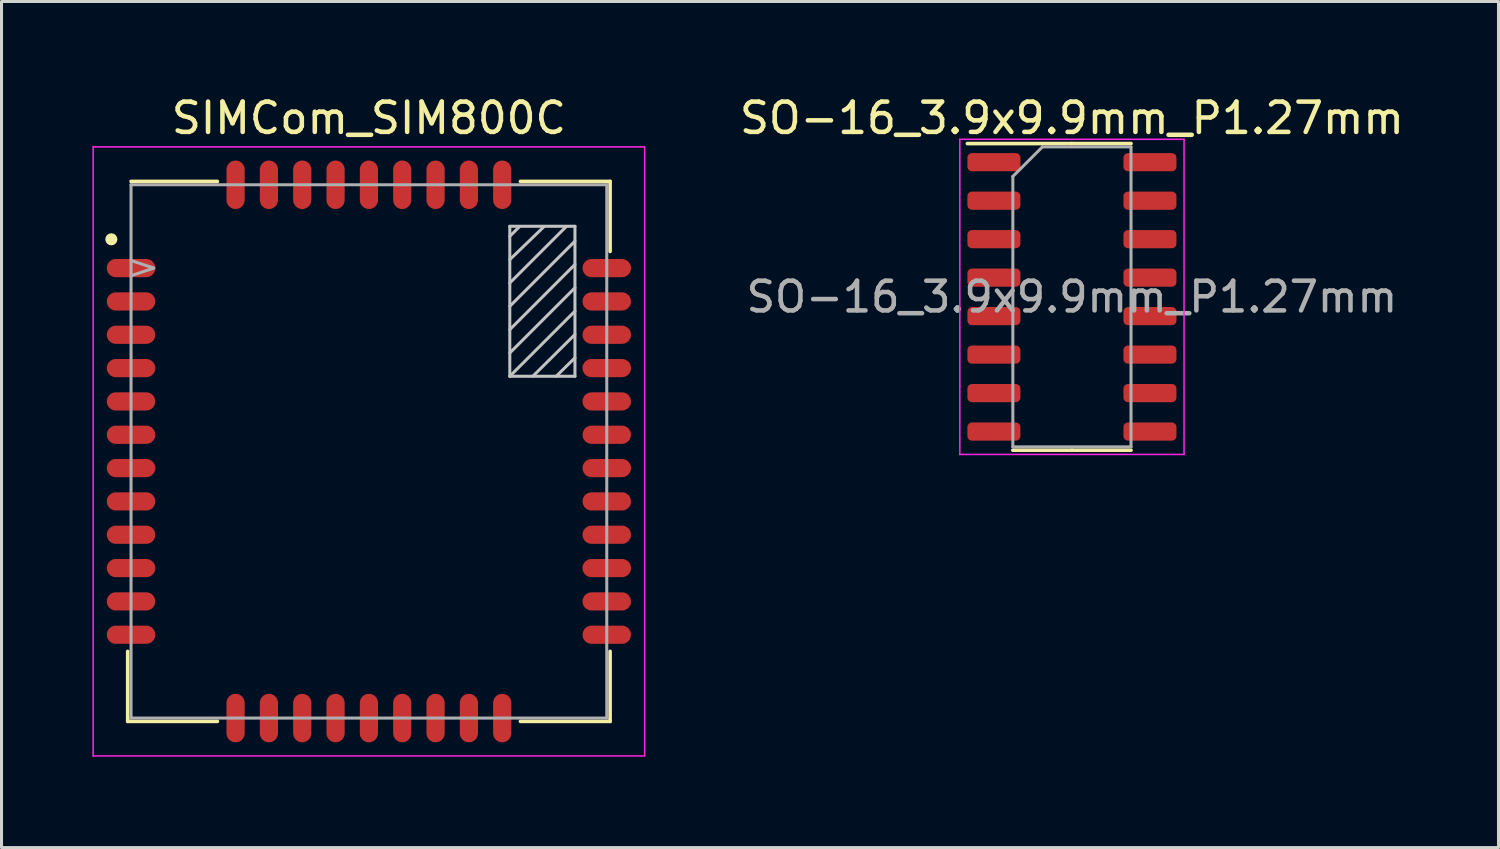
<source format=kicad_pcb>
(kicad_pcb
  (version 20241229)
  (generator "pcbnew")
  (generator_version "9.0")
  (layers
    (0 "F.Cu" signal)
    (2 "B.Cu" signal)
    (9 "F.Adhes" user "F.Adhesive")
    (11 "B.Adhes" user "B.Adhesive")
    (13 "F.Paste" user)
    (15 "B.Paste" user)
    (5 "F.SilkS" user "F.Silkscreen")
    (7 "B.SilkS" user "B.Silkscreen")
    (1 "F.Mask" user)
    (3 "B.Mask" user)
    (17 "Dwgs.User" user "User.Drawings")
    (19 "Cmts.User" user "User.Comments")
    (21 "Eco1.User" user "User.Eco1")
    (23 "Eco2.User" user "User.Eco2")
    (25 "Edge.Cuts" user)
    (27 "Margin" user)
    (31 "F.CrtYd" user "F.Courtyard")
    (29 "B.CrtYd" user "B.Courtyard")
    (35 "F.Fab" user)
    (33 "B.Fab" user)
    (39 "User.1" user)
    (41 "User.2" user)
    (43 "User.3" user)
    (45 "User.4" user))
  (footprint "SIMCom_SIM800C"
    (layer "F.Cu")
    (at 9.125 11.848)
    (property "Reference" "SIMCom_SIM800C" (at 0 -11 0) (layer "F.SilkS") (effects (font (size 1 1) (thickness 0.15))))
    (attr smd)
    (fp_line (start -7.96 8.91) (end -7.96 6.6) (stroke (width 0.12) (type solid)) (layer "F.SilkS"))
    (fp_line (start -7.96 8.91) (end -5 8.91) (stroke (width 0.12) (type solid)) (layer "F.SilkS"))
    (fp_line (start -7.85 -8.91) (end -5 -8.91) (stroke (width 0.12) (type solid)) (layer "F.SilkS"))
    (fp_line (start 7.96 -8.91) (end 5 -8.91) (stroke (width 0.12) (type solid)) (layer "F.SilkS"))
    (fp_line (start 7.96 -8.91) (end 7.96 -6.6) (stroke (width 0.12) (type solid)) (layer "F.SilkS"))
    (fp_line (start 7.96 8.91) (end 5 8.91) (stroke (width 0.12) (type solid)) (layer "F.SilkS"))
    (fp_line (start 7.96 8.91) (end 7.96 6.6) (stroke (width 0.12) (type solid)) (layer "F.SilkS"))
    (fp_circle (center -8.5 -7) (end -8.4 -7) (stroke (width 0.2) (type solid)) (fill no) (layer "F.SilkS"))
    (fp_line (start 4.65 -7.43) (end 4.65 -2.48) (stroke (width 0.1) (type solid)) (layer "Dwgs.User"))
    (fp_line (start 4.65 -7.43) (end 6.8 -7.43) (stroke (width 0.1) (type solid)) (layer "Dwgs.User"))
    (fp_line (start 4.65 -7.1) (end 4.97 -7.42) (stroke (width 0.1) (type solid)) (layer "Dwgs.User"))
    (fp_line (start 4.65 -6.33) (end 5.78 -7.42) (stroke (width 0.1) (type solid)) (layer "Dwgs.User"))
    (fp_line (start 4.65 -5.56) (end 6.51 -7.42) (stroke (width 0.1) (type solid)) (layer "Dwgs.User"))
    (fp_line (start 4.65 -4.79) (end 6.8 -6.94) (stroke (width 0.1) (type solid)) (layer "Dwgs.User"))
    (fp_line (start 4.65 -4.02) (end 6.8 -6.17) (stroke (width 0.1) (type solid)) (layer "Dwgs.User"))
    (fp_line (start 4.65 -3.25) (end 6.8 -5.4) (stroke (width 0.1) (type solid)) (layer "Dwgs.User"))
    (fp_line (start 4.65 -2.48) (end 6.8 -4.63) (stroke (width 0.1) (type solid)) (layer "Dwgs.User"))
    (fp_line (start 4.65 -2.48) (end 6.8 -2.48) (stroke (width 0.1) (type solid)) (layer "Dwgs.User"))
    (fp_line (start 5.415 -2.486) (end 6.8 -3.86) (stroke (width 0.1) (type solid)) (layer "Dwgs.User"))
    (fp_line (start 6.18 -2.48) (end 6.8 -3.09) (stroke (width 0.1) (type solid)) (layer "Dwgs.User"))
    (fp_line (start 6.8 -7.43) (end 6.8 -2.48) (stroke (width 0.1) (type solid)) (layer "Dwgs.User"))
    (fp_line (start -9.1 -10.05) (end -9.1 10.05) (stroke (width 0.05) (type solid)) (layer "F.CrtYd"))
    (fp_line (start -9.1 -10.05) (end 9.1 -10.05) (stroke (width 0.05) (type solid)) (layer "F.CrtYd"))
    (fp_line (start -9.1 10.05) (end 9.1 10.05) (stroke (width 0.05) (type solid)) (layer "F.CrtYd"))
    (fp_line (start 9.1 -10.05) (end 9.1 10.05) (stroke (width 0.05) (type solid)) (layer "F.CrtYd"))
    (fp_line (start -7.85 -8.8) (end -7.85 8.8) (stroke (width 0.1) (type solid)) (layer "F.Fab"))
    (fp_line (start -7.85 -8.8) (end 7.85 -8.8) (stroke (width 0.1) (type solid)) (layer "F.Fab"))
    (fp_line (start -7.85 -6.3) (end -7.1 -6.05) (stroke (width 0.1) (type solid)) (layer "F.Fab"))
    (fp_line (start -7.85 -5.8) (end -7.1 -6.05) (stroke (width 0.1) (type solid)) (layer "F.Fab"))
    (fp_line (start -7.85 8.8) (end 7.85 8.8) (stroke (width 0.1) (type solid)) (layer "F.Fab"))
    (fp_line (start 7.85 -8.8) (end 7.85 8.8) (stroke (width 0.1) (type solid)) (layer "F.Fab"))
    (pad "" smd oval (at -7.95 -6.05) (size 1.8 0.55) (layers "F.Paste"))
    (pad "" smd oval (at -7.95 -4.95) (size 1.8 0.55) (layers "F.Paste"))
    (pad "" smd oval (at -7.95 -3.85) (size 1.8 0.55) (layers "F.Paste"))
    (pad "" smd oval (at -7.95 -2.75) (size 1.8 0.55) (layers "F.Paste"))
    (pad "" smd oval (at -7.95 -1.65) (size 1.8 0.55) (layers "F.Paste"))
    (pad "" smd oval (at -7.95 -0.55) (size 1.8 0.55) (layers "F.Paste"))
    (pad "" smd oval (at -7.95 0.55) (size 1.8 0.55) (layers "F.Paste"))
    (pad "" smd oval (at -7.95 1.65) (size 1.8 0.55) (layers "F.Paste"))
    (pad "" smd oval (at -7.95 2.75) (size 1.8 0.55) (layers "F.Paste"))
    (pad "" smd oval (at -7.95 3.85) (size 1.8 0.55) (layers "F.Paste"))
    (pad "" smd oval (at -7.95 4.95) (size 1.8 0.55) (layers "F.Paste"))
    (pad "" smd oval (at -7.95 6.05) (size 1.8 0.55) (layers "F.Paste"))
    (pad "" smd oval (at -4.4 -8.9 90) (size 1.8 0.55) (layers "F.Paste"))
    (pad "" smd oval (at -4.4 8.9 90) (size 1.8 0.55) (layers "F.Paste"))
    (pad "" smd oval (at -3.3 -8.9 90) (size 1.8 0.55) (layers "F.Paste"))
    (pad "" smd oval (at -3.3 8.9 90) (size 1.8 0.55) (layers "F.Paste"))
    (pad "" smd oval (at -2.2 -8.9 90) (size 1.8 0.55) (layers "F.Paste"))
    (pad "" smd oval (at -2.2 8.9 90) (size 1.8 0.55) (layers "F.Paste"))
    (pad "" smd oval (at -1.1 -8.9 90) (size 1.8 0.55) (layers "F.Paste"))
    (pad "" smd oval (at -1.1 8.9 90) (size 1.8 0.55) (layers "F.Paste"))
    (pad "" smd oval (at 0 -8.9 90) (size 1.8 0.55) (layers "F.Paste"))
    (pad "" smd oval (at 0 8.9 90) (size 1.8 0.55) (layers "F.Paste"))
    (pad "" smd oval (at 1.1 -8.9 90) (size 1.8 0.55) (layers "F.Paste"))
    (pad "" smd oval (at 1.1 8.9 90) (size 1.8 0.55) (layers "F.Paste"))
    (pad "" smd oval (at 2.2 -8.9 90) (size 1.8 0.55) (layers "F.Paste"))
    (pad "" smd oval (at 2.2 8.9 90) (size 1.8 0.55) (layers "F.Paste"))
    (pad "" smd oval (at 3.3 -8.9 90) (size 1.8 0.55) (layers "F.Paste"))
    (pad "" smd oval (at 3.3 8.9 90) (size 1.8 0.55) (layers "F.Paste"))
    (pad "" smd oval (at 4.4 -8.9 90) (size 1.8 0.55) (layers "F.Paste"))
    (pad "" smd oval (at 4.4 8.9 90) (size 1.8 0.55) (layers "F.Paste"))
    (pad "" smd oval (at 7.95 -6.05) (size 1.8 0.55) (layers "F.Paste"))
    (pad "" smd oval (at 7.95 -4.95) (size 1.8 0.55) (layers "F.Paste"))
    (pad "" smd oval (at 7.95 -3.85) (size 1.8 0.55) (layers "F.Paste"))
    (pad "" smd oval (at 7.95 -2.75) (size 1.8 0.55) (layers "F.Paste"))
    (pad "" smd oval (at 7.95 -1.65) (size 1.8 0.55) (layers "F.Paste"))
    (pad "" smd oval (at 7.95 -0.55) (size 1.8 0.55) (layers "F.Paste"))
    (pad "" smd oval (at 7.95 0.55) (size 1.8 0.55) (layers "F.Paste"))
    (pad "" smd oval (at 7.95 1.65) (size 1.8 0.55) (layers "F.Paste"))
    (pad "" smd oval (at 7.95 2.75) (size 1.8 0.55) (layers "F.Paste"))
    (pad "" smd oval (at 7.95 3.85) (size 1.8 0.55) (layers "F.Paste"))
    (pad "" smd oval (at 7.95 4.95) (size 1.8 0.55) (layers "F.Paste"))
    (pad "" smd oval (at 7.95 6.05) (size 1.8 0.55) (layers "F.Paste"))
    (pad "1" smd oval (at -7.85 -6.05) (size 1.6 0.6) (layers "F.Cu" "F.Mask"))
    (pad "2" smd oval (at -7.85 -4.95) (size 1.6 0.6) (layers "F.Cu" "F.Mask"))
    (pad "3" smd oval (at -7.85 -3.85) (size 1.6 0.6) (layers "F.Cu" "F.Mask"))
    (pad "4" smd oval (at -7.85 -2.75) (size 1.6 0.6) (layers "F.Cu" "F.Mask"))
    (pad "5" smd oval (at -7.85 -1.65) (size 1.6 0.6) (layers "F.Cu" "F.Mask"))
    (pad "6" smd oval (at -7.85 -0.55) (size 1.6 0.6) (layers "F.Cu" "F.Mask"))
    (pad "7" smd oval (at -7.85 0.55) (size 1.6 0.6) (layers "F.Cu" "F.Mask"))
    (pad "8" smd oval (at -7.85 1.65) (size 1.6 0.6) (layers "F.Cu" "F.Mask"))
    (pad "9" smd oval (at -7.85 2.75) (size 1.6 0.6) (layers "F.Cu" "F.Mask"))
    (pad "10" smd oval (at -7.85 3.85) (size 1.6 0.6) (layers "F.Cu" "F.Mask"))
    (pad "11" smd oval (at -7.85 4.95) (size 1.6 0.6) (layers "F.Cu" "F.Mask"))
    (pad "12" smd oval (at -7.85 6.05) (size 1.6 0.6) (layers "F.Cu" "F.Mask"))
    (pad "13" smd oval (at -4.4 8.8) (size 0.6 1.6) (layers "F.Cu" "F.Mask"))
    (pad "14" smd oval (at -3.3 8.8) (size 0.6 1.6) (layers "F.Cu" "F.Mask"))
    (pad "15" smd oval (at -2.2 8.8) (size 0.6 1.6) (layers "F.Cu" "F.Mask"))
    (pad "16" smd oval (at -1.1 8.8) (size 0.6 1.6) (layers "F.Cu" "F.Mask"))
    (pad "17" smd oval (at 0 8.8) (size 0.6 1.6) (layers "F.Cu" "F.Mask"))
    (pad "18" smd oval (at 1.1 8.8) (size 0.6 1.6) (layers "F.Cu" "F.Mask"))
    (pad "19" smd oval (at 2.2 8.8) (size 0.6 1.6) (layers "F.Cu" "F.Mask"))
    (pad "20" smd oval (at 3.3 8.8) (size 0.6 1.6) (layers "F.Cu" "F.Mask"))
    (pad "21" smd oval (at 4.4 8.8) (size 0.6 1.6) (layers "F.Cu" "F.Mask"))
    (pad "22" smd oval (at 7.85 6.05) (size 1.6 0.6) (layers "F.Cu" "F.Mask"))
    (pad "23" smd oval (at 7.85 4.95) (size 1.6 0.6) (layers "F.Cu" "F.Mask"))
    (pad "24" smd oval (at 7.85 3.85) (size 1.6 0.6) (layers "F.Cu" "F.Mask"))
    (pad "25" smd oval (at 7.85 2.75) (size 1.6 0.6) (layers "F.Cu" "F.Mask"))
    (pad "26" smd oval (at 7.85 1.65) (size 1.6 0.6) (layers "F.Cu" "F.Mask"))
    (pad "27" smd oval (at 7.85 0.55) (size 1.6 0.6) (layers "F.Cu" "F.Mask"))
    (pad "28" smd oval (at 7.85 -0.55) (size 1.6 0.6) (layers "F.Cu" "F.Mask"))
    (pad "29" smd oval (at 7.85 -1.65) (size 1.6 0.6) (layers "F.Cu" "F.Mask"))
    (pad "30" smd oval (at 7.85 -2.75) (size 1.6 0.6) (layers "F.Cu" "F.Mask"))
    (pad "31" smd oval (at 7.85 -3.85) (size 1.6 0.6) (layers "F.Cu" "F.Mask"))
    (pad "32" smd oval (at 7.85 -4.95) (size 1.6 0.6) (layers "F.Cu" "F.Mask"))
    (pad "33" smd oval (at 7.85 -6.05) (size 1.6 0.6) (layers "F.Cu" "F.Mask"))
    (pad "34" smd oval (at 4.4 -8.8) (size 0.6 1.6) (layers "F.Cu" "F.Mask"))
    (pad "35" smd oval (at 3.3 -8.8) (size 0.6 1.6) (layers "F.Cu" "F.Mask"))
    (pad "36" smd oval (at 2.2 -8.8) (size 0.6 1.6) (layers "F.Cu" "F.Mask"))
    (pad "37" smd oval (at 1.1 -8.8) (size 0.6 1.6) (layers "F.Cu" "F.Mask"))
    (pad "38" smd oval (at 0 -8.8) (size 0.6 1.6) (layers "F.Cu" "F.Mask"))
    (pad "39" smd oval (at -1.1 -8.8) (size 0.6 1.6) (layers "F.Cu" "F.Mask"))
    (pad "40" smd oval (at -2.2 -8.8) (size 0.6 1.6) (layers "F.Cu" "F.Mask"))
    (pad "41" smd oval (at -3.3 -8.8) (size 0.6 1.6) (layers "F.Cu" "F.Mask"))
    (pad "42" smd oval (at -4.4 -8.8) (size 0.6 1.6) (layers "F.Cu" "F.Mask")))
  (footprint "SO-16_3.9x9.9mm_P1.27mm"
    (layer "F.Cu")
    (at 32.327 6.748)
    (property "Reference" "SO-16_3.9x9.9mm_P1.27mm" (at 0 -5.9 0) (layer "F.SilkS") (effects (font (size 1 1) (thickness 0.15))))
    (attr smd)
    (fp_line (start 0 -5.06) (end -3.45 -5.06) (stroke (width 0.12) (type solid)) (layer "F.SilkS"))
    (fp_line (start 0 -5.06) (end 1.95 -5.06) (stroke (width 0.12) (type solid)) (layer "F.SilkS"))
    (fp_line (start 0 5.06) (end -1.95 5.06) (stroke (width 0.12) (type solid)) (layer "F.SilkS"))
    (fp_line (start 0 5.06) (end 1.95 5.06) (stroke (width 0.12) (type solid)) (layer "F.SilkS"))
    (fp_line (start -3.7 -5.2) (end -3.7 5.2) (stroke (width 0.05) (type solid)) (layer "F.CrtYd"))
    (fp_line (start -3.7 5.2) (end 3.7 5.2) (stroke (width 0.05) (type solid)) (layer "F.CrtYd"))
    (fp_line (start 3.7 -5.2) (end -3.7 -5.2) (stroke (width 0.05) (type solid)) (layer "F.CrtYd"))
    (fp_line (start 3.7 5.2) (end 3.7 -5.2) (stroke (width 0.05) (type solid)) (layer "F.CrtYd"))
    (fp_line (start -1.95 -3.975) (end -0.975 -4.95) (stroke (width 0.1) (type solid)) (layer "F.Fab"))
    (fp_line (start -1.95 4.95) (end -1.95 -3.975) (stroke (width 0.1) (type solid)) (layer "F.Fab"))
    (fp_line (start -0.975 -4.95) (end 1.95 -4.95) (stroke (width 0.1) (type solid)) (layer "F.Fab"))
    (fp_line (start 1.95 -4.95) (end 1.95 4.95) (stroke (width 0.1) (type solid)) (layer "F.Fab"))
    (fp_line (start 1.95 4.95) (end -1.95 4.95) (stroke (width 0.1) (type solid)) (layer "F.Fab"))
    (fp_text user "${REFERENCE}" (at 0 0 0) (layer "F.Fab") (effects (font (size 0.98 0.98) (thickness 0.15))))
    (pad "1" smd roundrect (at -2.575 -4.445) (size 1.75 0.6) (layers "F.Cu" "F.Mask" "F.Paste") (roundrect_rratio 0.25))
    (pad "2" smd roundrect (at -2.575 -3.175) (size 1.75 0.6) (layers "F.Cu" "F.Mask" "F.Paste") (roundrect_rratio 0.25))
    (pad "3" smd roundrect (at -2.575 -1.905) (size 1.75 0.6) (layers "F.Cu" "F.Mask" "F.Paste") (roundrect_rratio 0.25))
    (pad "4" smd roundrect (at -2.575 -0.635) (size 1.75 0.6) (layers "F.Cu" "F.Mask" "F.Paste") (roundrect_rratio 0.25))
    (pad "5" smd roundrect (at -2.575 0.635) (size 1.75 0.6) (layers "F.Cu" "F.Mask" "F.Paste") (roundrect_rratio 0.25))
    (pad "6" smd roundrect (at -2.575 1.905) (size 1.75 0.6) (layers "F.Cu" "F.Mask" "F.Paste") (roundrect_rratio 0.25))
    (pad "7" smd roundrect (at -2.575 3.175) (size 1.75 0.6) (layers "F.Cu" "F.Mask" "F.Paste") (roundrect_rratio 0.25))
    (pad "8" smd roundrect (at -2.575 4.445) (size 1.75 0.6) (layers "F.Cu" "F.Mask" "F.Paste") (roundrect_rratio 0.25))
    (pad "9" smd roundrect (at 2.575 4.445) (size 1.75 0.6) (layers "F.Cu" "F.Mask" "F.Paste") (roundrect_rratio 0.25))
    (pad "10" smd roundrect (at 2.575 3.175) (size 1.75 0.6) (layers "F.Cu" "F.Mask" "F.Paste") (roundrect_rratio 0.25))
    (pad "11" smd roundrect (at 2.575 1.905) (size 1.75 0.6) (layers "F.Cu" "F.Mask" "F.Paste") (roundrect_rratio 0.25))
    (pad "12" smd roundrect (at 2.575 0.635) (size 1.75 0.6) (layers "F.Cu" "F.Mask" "F.Paste") (roundrect_rratio 0.25))
    (pad "13" smd roundrect (at 2.575 -0.635) (size 1.75 0.6) (layers "F.Cu" "F.Mask" "F.Paste") (roundrect_rratio 0.25))
    (pad "14" smd roundrect (at 2.575 -1.905) (size 1.75 0.6) (layers "F.Cu" "F.Mask" "F.Paste") (roundrect_rratio 0.25))
    (pad "15" smd roundrect (at 2.575 -3.175) (size 1.75 0.6) (layers "F.Cu" "F.Mask" "F.Paste") (roundrect_rratio 0.25))
    (pad "16" smd roundrect (at 2.575 -4.445) (size 1.75 0.6) (layers "F.Cu" "F.Mask" "F.Paste") (roundrect_rratio 0.25)))
  (gr_rect
    (start -3 -3)
    (end 46.405 24.923)
    (stroke (width 0.1) (type default))
    (fill no)
    (layer "Edge.Cuts")))
</source>
